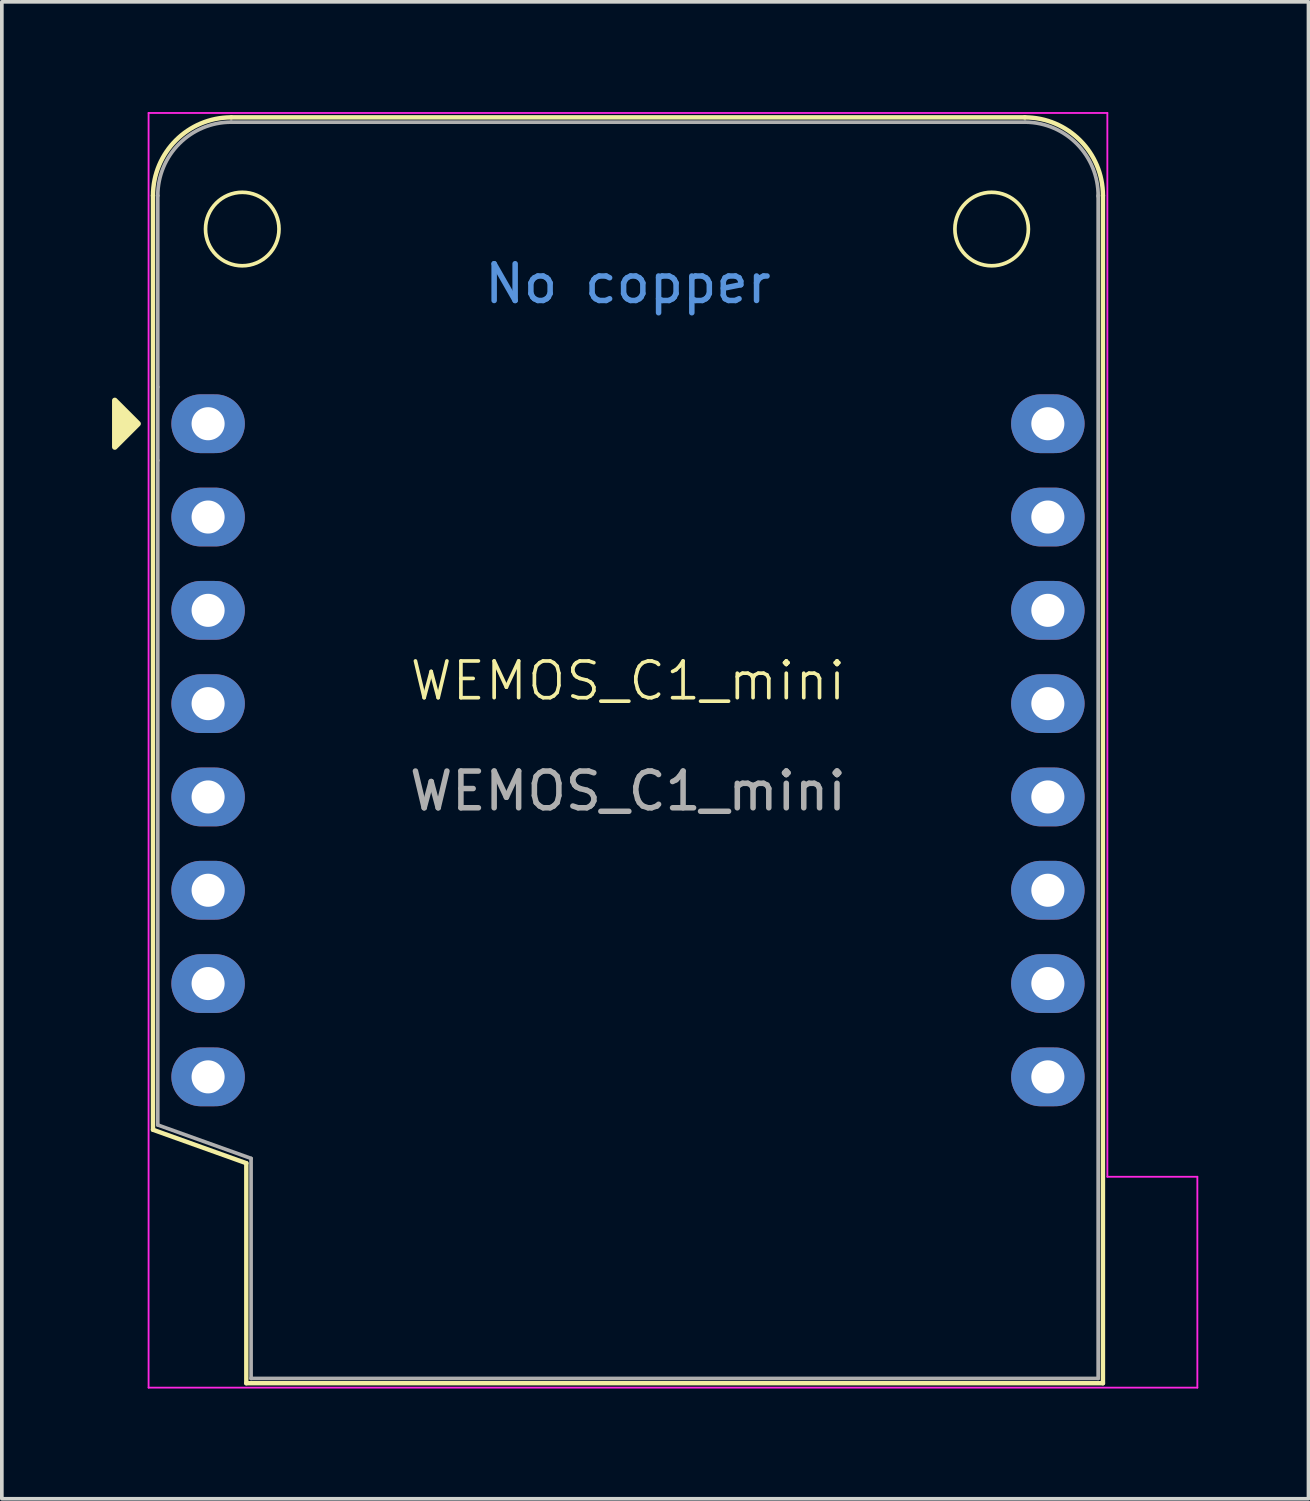
<source format=kicad_pcb>
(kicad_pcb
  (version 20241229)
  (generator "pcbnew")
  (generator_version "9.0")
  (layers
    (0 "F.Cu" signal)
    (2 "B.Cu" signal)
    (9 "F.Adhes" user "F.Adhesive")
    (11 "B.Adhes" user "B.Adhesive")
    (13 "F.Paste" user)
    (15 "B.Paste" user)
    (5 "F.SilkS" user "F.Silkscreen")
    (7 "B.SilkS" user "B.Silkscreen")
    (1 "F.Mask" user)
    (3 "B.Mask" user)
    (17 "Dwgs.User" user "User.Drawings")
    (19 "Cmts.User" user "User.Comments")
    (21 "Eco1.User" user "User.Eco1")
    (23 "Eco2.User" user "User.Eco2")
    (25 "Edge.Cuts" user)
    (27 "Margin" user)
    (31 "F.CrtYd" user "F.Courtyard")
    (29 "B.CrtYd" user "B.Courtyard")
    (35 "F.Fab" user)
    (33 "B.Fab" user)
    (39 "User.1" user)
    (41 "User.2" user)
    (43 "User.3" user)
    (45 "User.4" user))
  (footprint "WEMOS_C1_mini"
    (layer "F.Cu")
    (at 14.045 15.985)
    (property "Reference" "WEMOS_C1_mini" (at 0 -0.5 0) (unlocked yes) (layer "F.SilkS") (effects (font (size 1 1) (thickness 0.1))))
    (attr smd)
    (fp_line (start -12.93 11.72) (end -12.93 -13.71) (stroke (width 0.12) (type solid)) (layer "F.SilkS"))
    (fp_line (start -12.93 11.72) (end -10.39 12.63) (stroke (width 0.12) (type solid)) (layer "F.SilkS"))
    (fp_line (start -10.39 12.63) (end -10.39 18.62) (stroke (width 0.12) (type solid)) (layer "F.SilkS"))
    (fp_line (start -10.39 18.62) (end 12.93 18.62) (stroke (width 0.12) (type solid)) (layer "F.SilkS"))
    (fp_line (start 10.81 -15.84) (end -10.8 -15.84) (stroke (width 0.12) (type solid)) (layer "F.SilkS"))
    (fp_line (start 12.93 18.62) (end 12.93 -13.71) (stroke (width 0.12) (type solid)) (layer "F.SilkS"))
    (fp_arc (start -12.93 -13.71) (mid -12.306137 -15.216137) (end -10.8 -15.84) (stroke (width 0.12) (type solid)) (layer "F.SilkS"))
    (fp_arc (start 10.8 -15.84) (mid 12.306137 -15.216137) (end 12.93 -13.71) (stroke (width 0.12) (type solid)) (layer "F.SilkS"))
    (fp_circle (center -10.5 -12.8) (end -9.5 -12.8) (stroke (width 0.1) (type default)) (fill no) (layer "F.SilkS"))
    (fp_circle (center 9.9 -12.8) (end 10.9 -12.8) (stroke (width 0.1) (type default)) (fill no) (layer "F.SilkS"))
    (fp_poly (pts (xy -13.97 -8.135) (xy -13.97 -6.865) (xy -13.335 -7.5)) (stroke (width 0.15) (type solid)) (fill yes) (layer "F.SilkS"))
    (fp_line (start -13.05 -15.96) (end 13.05 -15.96) (stroke (width 0.05) (type solid)) (layer "F.CrtYd"))
    (fp_line (start -13.05 18.74) (end -13.05 -15.96) (stroke (width 0.05) (type solid)) (layer "F.CrtYd"))
    (fp_line (start 13.05 -15.96) (end 13.05 13) (stroke (width 0.05) (type solid)) (layer "F.CrtYd"))
    (fp_line (start 13.05 13) (end 15.5 13) (stroke (width 0.05) (type default)) (layer "F.CrtYd"))
    (fp_line (start 15.5 18.74) (end -13.05 18.74) (stroke (width 0.05) (type solid)) (layer "F.CrtYd"))
    (fp_line (start 15.5 18.74) (end 15.5 13) (stroke (width 0.05) (type default)) (layer "F.CrtYd"))
    (fp_line (start -12.8 -13.71) (end -12.8 -8.5) (stroke (width 0.1) (type solid)) (layer "F.Fab"))
    (fp_line (start -12.8 -6.5) (end -12.8 -8.5) (stroke (width 0.1) (type solid)) (layer "F.Fab"))
    (fp_line (start -12.8 -6.5) (end -12.8 11.59) (stroke (width 0.1) (type solid)) (layer "F.Fab"))
    (fp_line (start -12.8 11.59) (end -10.26 12.5) (stroke (width 0.1) (type solid)) (layer "F.Fab"))
    (fp_line (start -10.26 12.5) (end -10.26 18.49) (stroke (width 0.1) (type solid)) (layer "F.Fab"))
    (fp_line (start -10.26 18.49) (end 12.8 18.49) (stroke (width 0.1) (type solid)) (layer "F.Fab"))
    (fp_line (start 10.8 -15.71) (end -10.8 -15.71) (stroke (width 0.1) (type solid)) (layer "F.Fab"))
    (fp_line (start 12.8 18.49) (end 12.8 -13.71) (stroke (width 0.1) (type solid)) (layer "F.Fab"))
    (fp_arc (start -12.8 -13.71) (mid -12.214214 -15.124214) (end -10.8 -15.71) (stroke (width 0.1) (type solid)) (layer "F.Fab"))
    (fp_arc (start 10.82 -15.71) (mid 12.228356 -15.110071) (end 12.8 -13.69) (stroke (width 0.1) (type solid)) (layer "F.Fab"))
    (fp_text user "No copper" (at 0 -11.31 0) (layer "Cmts.User") (effects (font (size 1 1) (thickness 0.15))))
    (fp_text user "${REFERENCE}" (at 0 2.5 0) (layer "F.Fab") (effects (font (size 1 1) (thickness 0.15))))
    (pad "" thru_hole oval (at -11.43 -7.5) (size 2 1.6) (drill 0.9) (layers "*.Cu" "*.Mask"))
    (pad "" thru_hole oval (at 11.43 10.28) (size 2 1.6) (drill 0.9) (layers "*.Cu" "*.Mask"))
    (pad "2" thru_hole oval (at -11.43 2.66) (size 2 1.6) (drill 0.9) (layers "*.Cu" "*.Mask"))
    (pad "3" thru_hole oval (at -11.43 0.12) (size 2 1.6) (drill 0.9) (layers "*.Cu" "*.Mask"))
    (pad "4" thru_hole oval (at -11.43 -2.42) (size 2 1.6) (drill 0.9) (layers "*.Cu" "*.Mask"))
    (pad "5" thru_hole oval (at -11.43 -4.96) (size 2 1.6) (drill 0.9) (layers "*.Cu" "*.Mask"))
    (pad "6" thru_hole oval (at -11.43 5.2) (size 2 1.6) (drill 0.9) (layers "*.Cu" "*.Mask"))
    (pad "7" thru_hole oval (at -11.43 7.74) (size 2 1.6) (drill 0.9) (layers "*.Cu" "*.Mask"))
    (pad "8" thru_hole oval (at -11.43 10.28) (size 2 1.6) (drill 0.9) (layers "*.Cu" "*.Mask"))
    (pad "10" thru_hole oval (at 11.43 7.74) (size 2 1.6) (drill 0.9) (layers "*.Cu" "*.Mask"))
    (pad "11" thru_hole oval (at 11.43 5.2) (size 2 1.6) (drill 0.9) (layers "*.Cu" "*.Mask"))
    (pad "12" thru_hole oval (at 11.43 2.66) (size 2 1.6) (drill 0.9) (layers "*.Cu" "*.Mask"))
    (pad "13" thru_hole oval (at 11.43 0.12) (size 2 1.6) (drill 0.9) (layers "*.Cu" "*.Mask"))
    (pad "14" thru_hole oval (at 11.43 -2.42) (size 2 1.6) (drill 0.9) (layers "*.Cu" "*.Mask"))
    (pad "15" thru_hole oval (at 11.43 -7.5) (size 2 1.6) (drill 0.9) (layers "*.Cu" "*.Mask"))
    (pad "16" thru_hole oval (at 11.43 -4.96) (size 2 1.6) (drill 0.9) (layers "*.Cu" "*.Mask"))
    (zone (net_name "") (layers "F.Cu" "B.Cu" "Dwgs.User") (name "No Copper") (hatch edge 0.5) (connect_pads) (min_thickness 0.25) (filled_areas_thickness no) (keepout (tracks not_allowed) (vias not_allowed) (pads not_allowed) (copperpour not_allowed) (footprints not_allowed)) (placement (enabled no)) (fill) (polygon (pts (xy 1.265 0.285) (xy 26.865 0.285) (xy 26.865 7.085) (xy 1.265 7.085)))))
  (gr_rect
    (start -3 -3)
    (end 32.57 37.75)
    (stroke (width 0.1) (type default))
    (fill no)
    (layer "Edge.Cuts")))
</source>
